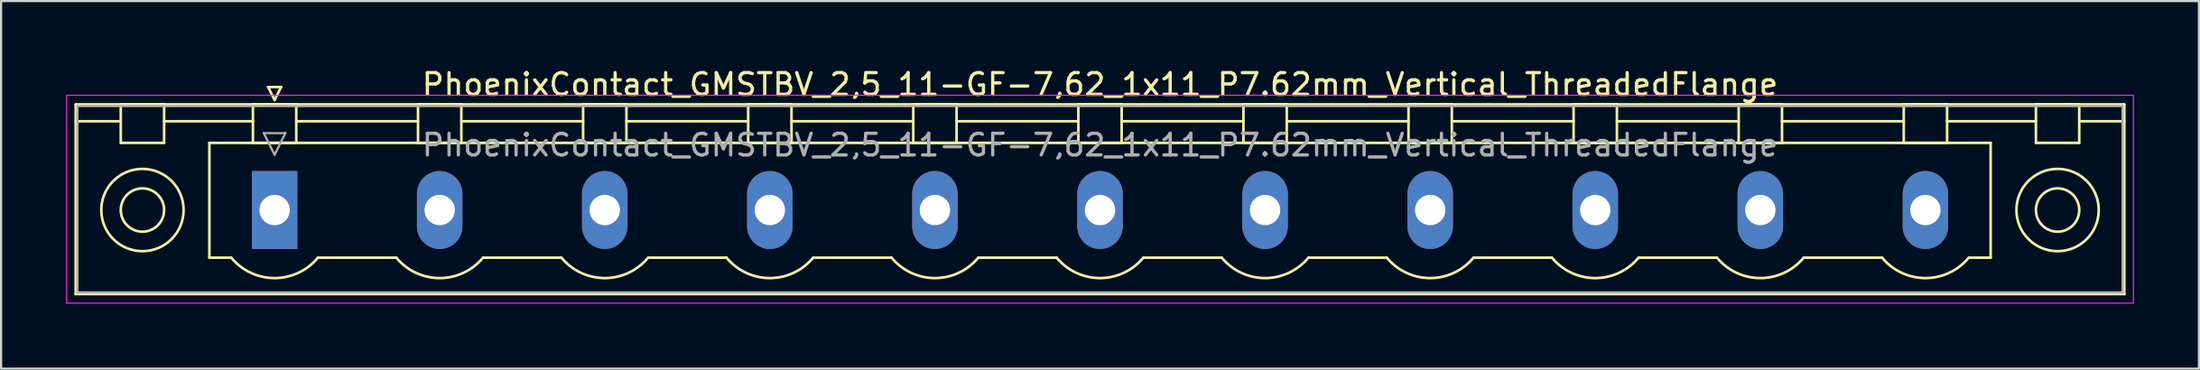
<source format=kicad_pcb>
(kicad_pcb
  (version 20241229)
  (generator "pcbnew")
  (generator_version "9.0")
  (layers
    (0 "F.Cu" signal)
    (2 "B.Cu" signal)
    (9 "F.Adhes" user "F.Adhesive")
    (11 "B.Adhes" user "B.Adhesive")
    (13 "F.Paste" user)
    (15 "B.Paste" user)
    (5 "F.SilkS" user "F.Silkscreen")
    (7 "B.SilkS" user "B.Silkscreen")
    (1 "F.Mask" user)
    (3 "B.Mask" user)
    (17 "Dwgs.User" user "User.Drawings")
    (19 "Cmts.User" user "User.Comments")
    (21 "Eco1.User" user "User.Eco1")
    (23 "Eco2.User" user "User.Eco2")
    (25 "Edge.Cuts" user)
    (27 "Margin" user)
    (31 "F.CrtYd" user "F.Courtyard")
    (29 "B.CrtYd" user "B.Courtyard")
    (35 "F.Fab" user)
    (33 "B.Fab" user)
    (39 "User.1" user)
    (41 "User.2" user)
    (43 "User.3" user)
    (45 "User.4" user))
  (footprint "PhoenixContact_GMSTBV_2,5_11-GF-7,62_1x11_P7.62mm_Vertical_ThreadedFlange"
    (layer "F.Cu")
    (at 9.625 6.648)
    (property "Reference" "PhoenixContact_GMSTBV_2,5_11-GF-7,62_1x11_P7.62mm_Vertical_ThreadedFlange" (at 38.1 -5.8 0) (layer "F.SilkS") (effects (font (size 1 1) (thickness 0.15))))
    (attr through_hole)
    (fp_line (start -9.18 -4.88) (end -9.18 3.88) (stroke (width 0.12) (type solid)) (layer "F.SilkS"))
    (fp_line (start -9.18 -4.1) (end -7.18 -4.1) (stroke (width 0.12) (type solid)) (layer "F.SilkS"))
    (fp_line (start -9.18 3.88) (end 85.38 3.88) (stroke (width 0.12) (type solid)) (layer "F.SilkS"))
    (fp_line (start -7.1 -4.88) (end -5.1 -4.88) (stroke (width 0.12) (type solid)) (layer "F.SilkS"))
    (fp_line (start -7.1 -3.1) (end -7.1 -4.88) (stroke (width 0.12) (type solid)) (layer "F.SilkS"))
    (fp_line (start -5.1 -4.88) (end -5.1 -3.1) (stroke (width 0.12) (type solid)) (layer "F.SilkS"))
    (fp_line (start -5.1 -4.1) (end -1 -4.1) (stroke (width 0.12) (type solid)) (layer "F.SilkS"))
    (fp_line (start -5.1 -3.1) (end -7.1 -3.1) (stroke (width 0.12) (type solid)) (layer "F.SilkS"))
    (fp_line (start -3.01 -3.1) (end 79.21 -3.1) (stroke (width 0.12) (type solid)) (layer "F.SilkS"))
    (fp_line (start -3.01 2.2) (end -3.01 -3.1) (stroke (width 0.12) (type solid)) (layer "F.SilkS"))
    (fp_line (start -2 2.2) (end -3.01 2.2) (stroke (width 0.12) (type solid)) (layer "F.SilkS"))
    (fp_line (start -1 -4.88) (end 1 -4.88) (stroke (width 0.12) (type solid)) (layer "F.SilkS"))
    (fp_line (start -1 -3.1) (end -1 -4.88) (stroke (width 0.12) (type solid)) (layer "F.SilkS"))
    (fp_line (start -0.3 -5.68) (end 0.3 -5.68) (stroke (width 0.12) (type solid)) (layer "F.SilkS"))
    (fp_line (start 0 -5.08) (end -0.3 -5.68) (stroke (width 0.12) (type solid)) (layer "F.SilkS"))
    (fp_line (start 0.3 -5.68) (end 0 -5.08) (stroke (width 0.12) (type solid)) (layer "F.SilkS"))
    (fp_line (start 1 -4.88) (end 1 -3.1) (stroke (width 0.12) (type solid)) (layer "F.SilkS"))
    (fp_line (start 1 -4.1) (end 6.62 -4.1) (stroke (width 0.12) (type solid)) (layer "F.SilkS"))
    (fp_line (start 1 -3.1) (end -1 -3.1) (stroke (width 0.12) (type solid)) (layer "F.SilkS"))
    (fp_line (start 2 2.2) (end 5.62 2.2) (stroke (width 0.12) (type solid)) (layer "F.SilkS"))
    (fp_line (start 6.62 -4.88) (end 8.62 -4.88) (stroke (width 0.12) (type solid)) (layer "F.SilkS"))
    (fp_line (start 6.62 -3.1) (end 6.62 -4.88) (stroke (width 0.12) (type solid)) (layer "F.SilkS"))
    (fp_line (start 8.62 -4.88) (end 8.62 -3.1) (stroke (width 0.12) (type solid)) (layer "F.SilkS"))
    (fp_line (start 8.62 -4.1) (end 14.24 -4.1) (stroke (width 0.12) (type solid)) (layer "F.SilkS"))
    (fp_line (start 8.62 -3.1) (end 6.62 -3.1) (stroke (width 0.12) (type solid)) (layer "F.SilkS"))
    (fp_line (start 9.62 2.2) (end 13.24 2.2) (stroke (width 0.12) (type solid)) (layer "F.SilkS"))
    (fp_line (start 14.24 -4.88) (end 16.24 -4.88) (stroke (width 0.12) (type solid)) (layer "F.SilkS"))
    (fp_line (start 14.24 -3.1) (end 14.24 -4.88) (stroke (width 0.12) (type solid)) (layer "F.SilkS"))
    (fp_line (start 16.24 -4.88) (end 16.24 -3.1) (stroke (width 0.12) (type solid)) (layer "F.SilkS"))
    (fp_line (start 16.24 -4.1) (end 21.86 -4.1) (stroke (width 0.12) (type solid)) (layer "F.SilkS"))
    (fp_line (start 16.24 -3.1) (end 14.24 -3.1) (stroke (width 0.12) (type solid)) (layer "F.SilkS"))
    (fp_line (start 17.24 2.2) (end 20.86 2.2) (stroke (width 0.12) (type solid)) (layer "F.SilkS"))
    (fp_line (start 21.86 -4.88) (end 23.86 -4.88) (stroke (width 0.12) (type solid)) (layer "F.SilkS"))
    (fp_line (start 21.86 -3.1) (end 21.86 -4.88) (stroke (width 0.12) (type solid)) (layer "F.SilkS"))
    (fp_line (start 23.86 -4.88) (end 23.86 -3.1) (stroke (width 0.12) (type solid)) (layer "F.SilkS"))
    (fp_line (start 23.86 -4.1) (end 29.48 -4.1) (stroke (width 0.12) (type solid)) (layer "F.SilkS"))
    (fp_line (start 23.86 -3.1) (end 21.86 -3.1) (stroke (width 0.12) (type solid)) (layer "F.SilkS"))
    (fp_line (start 24.86 2.2) (end 28.48 2.2) (stroke (width 0.12) (type solid)) (layer "F.SilkS"))
    (fp_line (start 29.48 -4.88) (end 31.48 -4.88) (stroke (width 0.12) (type solid)) (layer "F.SilkS"))
    (fp_line (start 29.48 -3.1) (end 29.48 -4.88) (stroke (width 0.12) (type solid)) (layer "F.SilkS"))
    (fp_line (start 31.48 -4.88) (end 31.48 -3.1) (stroke (width 0.12) (type solid)) (layer "F.SilkS"))
    (fp_line (start 31.48 -4.1) (end 37.1 -4.1) (stroke (width 0.12) (type solid)) (layer "F.SilkS"))
    (fp_line (start 31.48 -3.1) (end 29.48 -3.1) (stroke (width 0.12) (type solid)) (layer "F.SilkS"))
    (fp_line (start 32.48 2.2) (end 36.1 2.2) (stroke (width 0.12) (type solid)) (layer "F.SilkS"))
    (fp_line (start 37.1 -4.88) (end 39.1 -4.88) (stroke (width 0.12) (type solid)) (layer "F.SilkS"))
    (fp_line (start 37.1 -3.1) (end 37.1 -4.88) (stroke (width 0.12) (type solid)) (layer "F.SilkS"))
    (fp_line (start 39.1 -4.88) (end 39.1 -3.1) (stroke (width 0.12) (type solid)) (layer "F.SilkS"))
    (fp_line (start 39.1 -4.1) (end 44.72 -4.1) (stroke (width 0.12) (type solid)) (layer "F.SilkS"))
    (fp_line (start 39.1 -3.1) (end 37.1 -3.1) (stroke (width 0.12) (type solid)) (layer "F.SilkS"))
    (fp_line (start 40.1 2.2) (end 43.72 2.2) (stroke (width 0.12) (type solid)) (layer "F.SilkS"))
    (fp_line (start 44.72 -4.88) (end 46.72 -4.88) (stroke (width 0.12) (type solid)) (layer "F.SilkS"))
    (fp_line (start 44.72 -3.1) (end 44.72 -4.88) (stroke (width 0.12) (type solid)) (layer "F.SilkS"))
    (fp_line (start 46.72 -4.88) (end 46.72 -3.1) (stroke (width 0.12) (type solid)) (layer "F.SilkS"))
    (fp_line (start 46.72 -4.1) (end 52.34 -4.1) (stroke (width 0.12) (type solid)) (layer "F.SilkS"))
    (fp_line (start 46.72 -3.1) (end 44.72 -3.1) (stroke (width 0.12) (type solid)) (layer "F.SilkS"))
    (fp_line (start 47.72 2.2) (end 51.34 2.2) (stroke (width 0.12) (type solid)) (layer "F.SilkS"))
    (fp_line (start 52.34 -4.88) (end 54.34 -4.88) (stroke (width 0.12) (type solid)) (layer "F.SilkS"))
    (fp_line (start 52.34 -3.1) (end 52.34 -4.88) (stroke (width 0.12) (type solid)) (layer "F.SilkS"))
    (fp_line (start 54.34 -4.88) (end 54.34 -3.1) (stroke (width 0.12) (type solid)) (layer "F.SilkS"))
    (fp_line (start 54.34 -4.1) (end 59.96 -4.1) (stroke (width 0.12) (type solid)) (layer "F.SilkS"))
    (fp_line (start 54.34 -3.1) (end 52.34 -3.1) (stroke (width 0.12) (type solid)) (layer "F.SilkS"))
    (fp_line (start 55.34 2.2) (end 58.96 2.2) (stroke (width 0.12) (type solid)) (layer "F.SilkS"))
    (fp_line (start 59.96 -4.88) (end 61.96 -4.88) (stroke (width 0.12) (type solid)) (layer "F.SilkS"))
    (fp_line (start 59.96 -3.1) (end 59.96 -4.88) (stroke (width 0.12) (type solid)) (layer "F.SilkS"))
    (fp_line (start 61.96 -4.88) (end 61.96 -3.1) (stroke (width 0.12) (type solid)) (layer "F.SilkS"))
    (fp_line (start 61.96 -4.1) (end 67.58 -4.1) (stroke (width 0.12) (type solid)) (layer "F.SilkS"))
    (fp_line (start 61.96 -3.1) (end 59.96 -3.1) (stroke (width 0.12) (type solid)) (layer "F.SilkS"))
    (fp_line (start 62.96 2.2) (end 66.58 2.2) (stroke (width 0.12) (type solid)) (layer "F.SilkS"))
    (fp_line (start 67.58 -4.88) (end 69.58 -4.88) (stroke (width 0.12) (type solid)) (layer "F.SilkS"))
    (fp_line (start 67.58 -3.1) (end 67.58 -4.88) (stroke (width 0.12) (type solid)) (layer "F.SilkS"))
    (fp_line (start 69.58 -4.88) (end 69.58 -3.1) (stroke (width 0.12) (type solid)) (layer "F.SilkS"))
    (fp_line (start 69.58 -4.1) (end 75.2 -4.1) (stroke (width 0.12) (type solid)) (layer "F.SilkS"))
    (fp_line (start 69.58 -3.1) (end 67.58 -3.1) (stroke (width 0.12) (type solid)) (layer "F.SilkS"))
    (fp_line (start 70.58 2.2) (end 74.2 2.2) (stroke (width 0.12) (type solid)) (layer "F.SilkS"))
    (fp_line (start 75.2 -4.88) (end 77.2 -4.88) (stroke (width 0.12) (type solid)) (layer "F.SilkS"))
    (fp_line (start 75.2 -3.1) (end 75.2 -4.88) (stroke (width 0.12) (type solid)) (layer "F.SilkS"))
    (fp_line (start 77.2 -4.88) (end 77.2 -3.1) (stroke (width 0.12) (type solid)) (layer "F.SilkS"))
    (fp_line (start 77.2 -4.1) (end 81.3 -4.1) (stroke (width 0.12) (type solid)) (layer "F.SilkS"))
    (fp_line (start 77.2 -3.1) (end 75.2 -3.1) (stroke (width 0.12) (type solid)) (layer "F.SilkS"))
    (fp_line (start 79.21 -3.1) (end 79.21 2.2) (stroke (width 0.12) (type solid)) (layer "F.SilkS"))
    (fp_line (start 79.21 2.2) (end 78.2 2.2) (stroke (width 0.12) (type solid)) (layer "F.SilkS"))
    (fp_line (start 81.3 -4.88) (end 83.3 -4.88) (stroke (width 0.12) (type solid)) (layer "F.SilkS"))
    (fp_line (start 81.3 -3.1) (end 81.3 -4.88) (stroke (width 0.12) (type solid)) (layer "F.SilkS"))
    (fp_line (start 83.3 -4.88) (end 83.3 -3.1) (stroke (width 0.12) (type solid)) (layer "F.SilkS"))
    (fp_line (start 83.3 -3.1) (end 81.3 -3.1) (stroke (width 0.12) (type solid)) (layer "F.SilkS"))
    (fp_line (start 85.38 -4.88) (end -9.18 -4.88) (stroke (width 0.12) (type solid)) (layer "F.SilkS"))
    (fp_line (start 85.38 -4.1) (end 83.38 -4.1) (stroke (width 0.12) (type solid)) (layer "F.SilkS"))
    (fp_line (start 85.38 3.88) (end 85.38 -4.88) (stroke (width 0.12) (type solid)) (layer "F.SilkS"))
    (fp_arc (start 1.986842 2.215821) (mid -0.010289 3.142758) (end -2 2.2) (stroke (width 0.12) (type solid)) (layer "F.SilkS"))
    (fp_arc (start 9.606842 2.215821) (mid 7.609711 3.142758) (end 5.62 2.2) (stroke (width 0.12) (type solid)) (layer "F.SilkS"))
    (fp_arc (start 17.226842 2.215821) (mid 15.229711 3.142758) (end 13.24 2.2) (stroke (width 0.12) (type solid)) (layer "F.SilkS"))
    (fp_arc (start 24.846842 2.215821) (mid 22.849711 3.142758) (end 20.86 2.2) (stroke (width 0.12) (type solid)) (layer "F.SilkS"))
    (fp_arc (start 32.466842 2.215821) (mid 30.469711 3.142758) (end 28.48 2.2) (stroke (width 0.12) (type solid)) (layer "F.SilkS"))
    (fp_arc (start 40.086842 2.215821) (mid 38.089711 3.142758) (end 36.1 2.2) (stroke (width 0.12) (type solid)) (layer "F.SilkS"))
    (fp_arc (start 47.706842 2.215821) (mid 45.709711 3.142758) (end 43.72 2.2) (stroke (width 0.12) (type solid)) (layer "F.SilkS"))
    (fp_arc (start 55.326842 2.215821) (mid 53.329711 3.142758) (end 51.34 2.2) (stroke (width 0.12) (type solid)) (layer "F.SilkS"))
    (fp_arc (start 62.946842 2.215821) (mid 60.949711 3.142758) (end 58.96 2.2) (stroke (width 0.12) (type solid)) (layer "F.SilkS"))
    (fp_arc (start 70.566842 2.215821) (mid 68.569711 3.142758) (end 66.58 2.2) (stroke (width 0.12) (type solid)) (layer "F.SilkS"))
    (fp_arc (start 78.186842 2.215821) (mid 76.189711 3.142758) (end 74.2 2.2) (stroke (width 0.12) (type solid)) (layer "F.SilkS"))
    (fp_circle (center -6.1 0) (end -5.1 0) (stroke (width 0.12) (type solid)) (fill no) (layer "F.SilkS"))
    (fp_circle (center -6.1 0) (end -4.2 0) (stroke (width 0.12) (type solid)) (fill no) (layer "F.SilkS"))
    (fp_circle (center 82.3 0) (end 83.3 0) (stroke (width 0.12) (type solid)) (fill no) (layer "F.SilkS"))
    (fp_circle (center 82.3 0) (end 84.2 0) (stroke (width 0.12) (type solid)) (fill no) (layer "F.SilkS"))
    (fp_line (start -9.6 -5.3) (end -9.6 4.3) (stroke (width 0.05) (type solid)) (layer "F.CrtYd"))
    (fp_line (start -9.6 4.3) (end 85.8 4.3) (stroke (width 0.05) (type solid)) (layer "F.CrtYd"))
    (fp_line (start 85.8 -5.3) (end -9.6 -5.3) (stroke (width 0.05) (type solid)) (layer "F.CrtYd"))
    (fp_line (start 85.8 4.3) (end 85.8 -5.3) (stroke (width 0.05) (type solid)) (layer "F.CrtYd"))
    (fp_line (start -9.1 -4.8) (end -9.1 3.8) (stroke (width 0.1) (type solid)) (layer "F.Fab"))
    (fp_line (start -9.1 3.8) (end 85.3 3.8) (stroke (width 0.1) (type solid)) (layer "F.Fab"))
    (fp_line (start -0.5 -3.55) (end 0.5 -3.55) (stroke (width 0.1) (type solid)) (layer "F.Fab"))
    (fp_line (start 0 -2.55) (end -0.5 -3.55) (stroke (width 0.1) (type solid)) (layer "F.Fab"))
    (fp_line (start 0.5 -3.55) (end 0 -2.55) (stroke (width 0.1) (type solid)) (layer "F.Fab"))
    (fp_line (start 85.3 -4.8) (end -9.1 -4.8) (stroke (width 0.1) (type solid)) (layer "F.Fab"))
    (fp_line (start 85.3 3.8) (end 85.3 -4.8) (stroke (width 0.1) (type solid)) (layer "F.Fab"))
    (fp_text user "${REFERENCE}" (at 38.1 -3 0) (layer "F.Fab") (effects (font (size 1 1) (thickness 0.15))))
    (pad "1" thru_hole rect (at 0 0) (size 2.1 3.6) (drill 1.4) (layers "*.Cu" "*.Mask"))
    (pad "2" thru_hole oval (at 7.62 0) (size 2.1 3.6) (drill 1.4) (layers "*.Cu" "*.Mask"))
    (pad "3" thru_hole oval (at 15.24 0) (size 2.1 3.6) (drill 1.4) (layers "*.Cu" "*.Mask"))
    (pad "4" thru_hole oval (at 22.86 0) (size 2.1 3.6) (drill 1.4) (layers "*.Cu" "*.Mask"))
    (pad "5" thru_hole oval (at 30.48 0) (size 2.1 3.6) (drill 1.4) (layers "*.Cu" "*.Mask"))
    (pad "6" thru_hole oval (at 38.1 0) (size 2.1 3.6) (drill 1.4) (layers "*.Cu" "*.Mask"))
    (pad "7" thru_hole oval (at 45.72 0) (size 2.1 3.6) (drill 1.4) (layers "*.Cu" "*.Mask"))
    (pad "8" thru_hole oval (at 53.34 0) (size 2.1 3.6) (drill 1.4) (layers "*.Cu" "*.Mask"))
    (pad "9" thru_hole oval (at 60.96 0) (size 2.1 3.6) (drill 1.4) (layers "*.Cu" "*.Mask"))
    (pad "10" thru_hole oval (at 68.58 0) (size 2.1 3.6) (drill 1.4) (layers "*.Cu" "*.Mask"))
    (pad "11" thru_hole oval (at 76.2 0) (size 2.1 3.6) (drill 1.4) (layers "*.Cu" "*.Mask")))
  (gr_rect
    (start -3 -3)
    (end 98.45 13.973)
    (stroke (width 0.1) (type default))
    (fill no)
    (layer "Edge.Cuts")))
</source>
